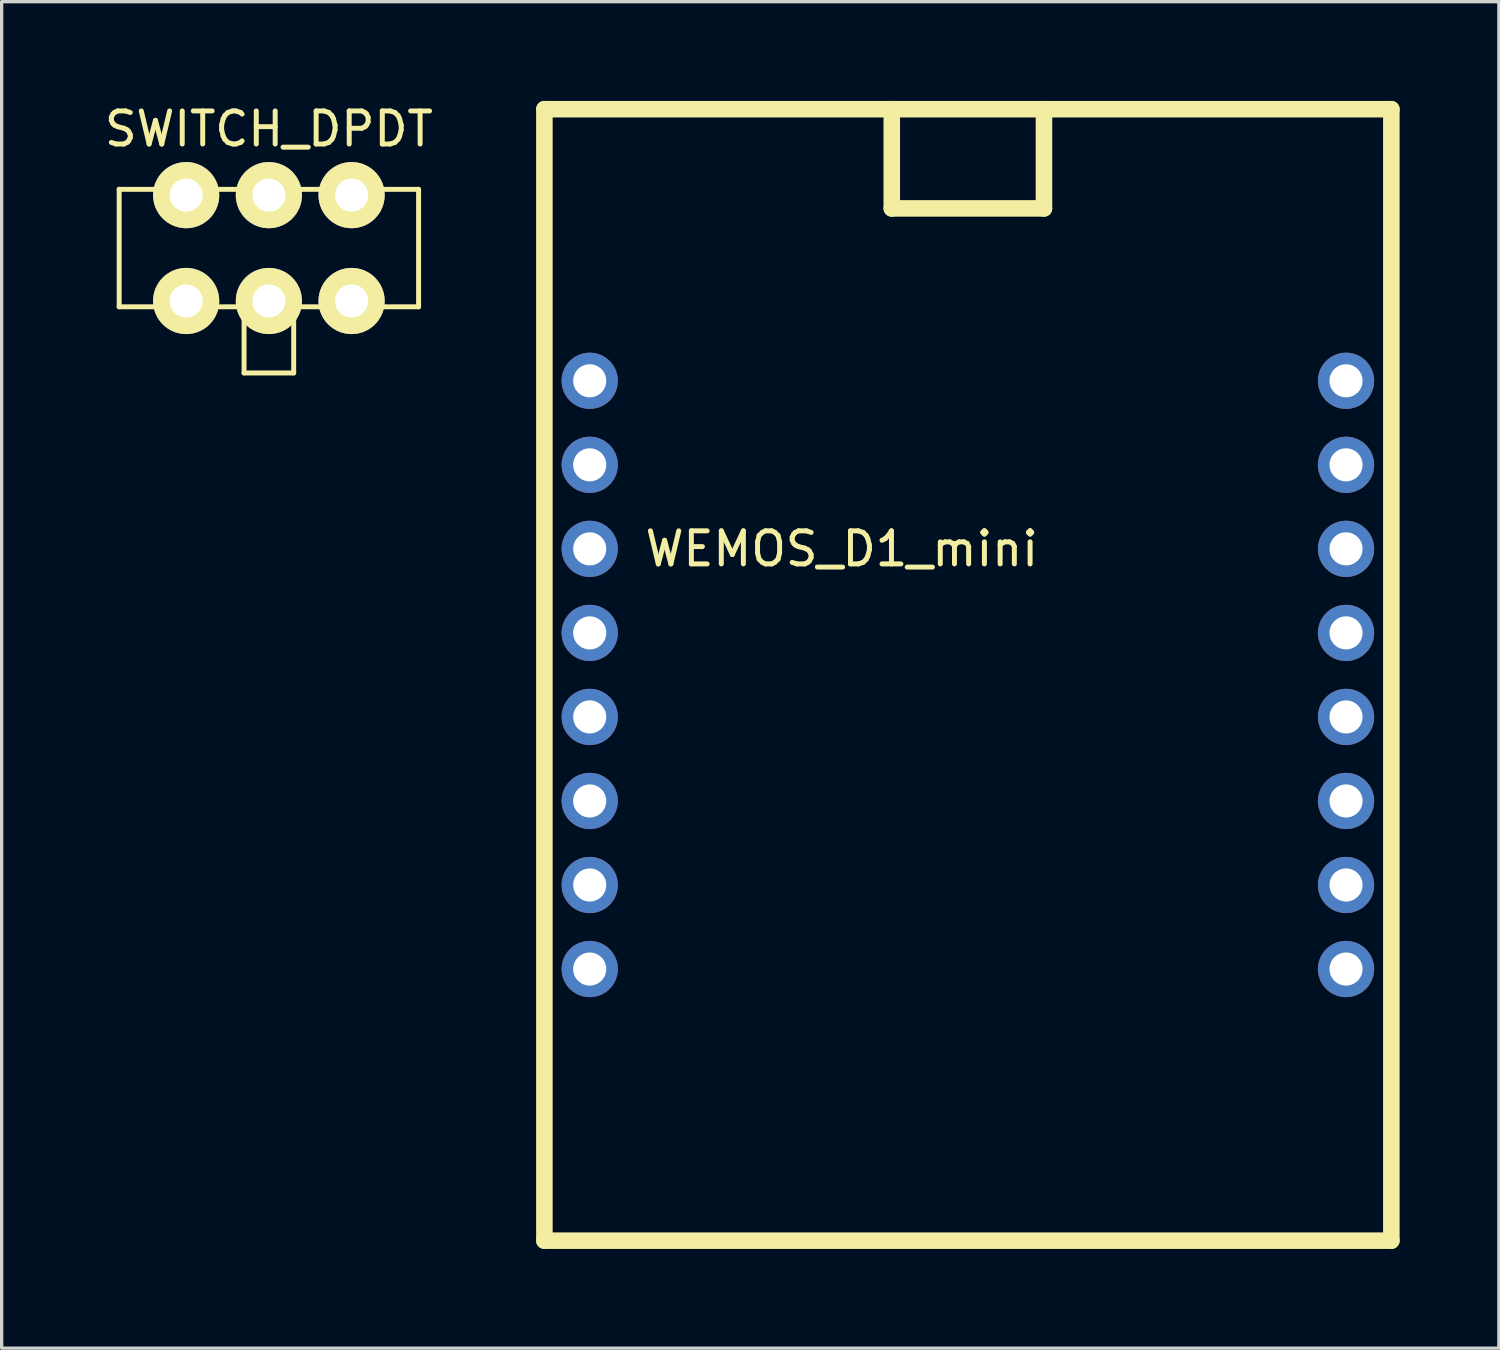
<source format=kicad_pcb>
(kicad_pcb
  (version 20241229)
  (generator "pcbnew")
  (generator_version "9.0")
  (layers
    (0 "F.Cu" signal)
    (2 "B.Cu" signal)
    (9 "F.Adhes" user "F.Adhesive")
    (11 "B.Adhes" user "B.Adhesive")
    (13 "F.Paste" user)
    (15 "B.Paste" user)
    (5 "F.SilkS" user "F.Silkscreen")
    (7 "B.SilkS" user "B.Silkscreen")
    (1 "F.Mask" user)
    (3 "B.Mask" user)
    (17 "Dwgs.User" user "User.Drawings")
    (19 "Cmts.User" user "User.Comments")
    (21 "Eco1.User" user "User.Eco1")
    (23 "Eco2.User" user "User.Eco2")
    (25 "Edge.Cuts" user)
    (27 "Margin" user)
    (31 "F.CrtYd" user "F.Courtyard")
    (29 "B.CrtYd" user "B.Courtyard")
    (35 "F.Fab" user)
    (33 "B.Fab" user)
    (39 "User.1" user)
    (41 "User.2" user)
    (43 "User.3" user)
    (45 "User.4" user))
  (footprint "WEMOS_D1_mini"
    (layer "F.Cu")
    (at 26.205 17.35)
    (property "Reference" "WEMOS_D1_mini" (at -3.81 -3.81 0) (layer "F.SilkS") (effects (font (size 1 1) (thickness 0.15))))
    (attr through_hole)
    (fp_line (start -12.8 -17.1) (end -12.8 17.1) (stroke (width 0.5) (type solid)) (layer "F.SilkS"))
    (fp_line (start -12.8 -17.1) (end 12.8 -17.1) (stroke (width 0.5) (type solid)) (layer "F.SilkS"))
    (fp_line (start -12.8 17.1) (end 12.8 17.1) (stroke (width 0.5) (type solid)) (layer "F.SilkS"))
    (fp_line (start -2.3 -17.1) (end -2.3 -14.1) (stroke (width 0.5) (type solid)) (layer "F.SilkS"))
    (fp_line (start -2.3 -14.1) (end 2.3 -14.1) (stroke (width 0.5) (type solid)) (layer "F.SilkS"))
    (fp_line (start 2.3 -14.1) (end 2.3 -17.1) (stroke (width 0.5) (type solid)) (layer "F.SilkS"))
    (fp_line (start 12.8 -17.1) (end 12.8 17.1) (stroke (width 0.5) (type solid)) (layer "F.SilkS"))
    (pad "1" thru_hole circle (at -11.43 -8.89) (size 1.7 1.7) (drill 1) (layers "*.Cu" "*.Mask"))
    (pad "2" thru_hole circle (at -11.43 -6.35) (size 1.7 1.7) (drill 1) (layers "*.Cu" "*.Mask"))
    (pad "3" thru_hole circle (at -11.43 -3.81) (size 1.7 1.7) (drill 1) (layers "*.Cu" "*.Mask"))
    (pad "4" thru_hole circle (at -11.43 -1.27) (size 1.7 1.7) (drill 1) (layers "*.Cu" "*.Mask"))
    (pad "5" thru_hole circle (at -11.43 1.27) (size 1.7 1.7) (drill 1) (layers "*.Cu" "*.Mask"))
    (pad "6" thru_hole circle (at -11.43 3.81) (size 1.7 1.7) (drill 1) (layers "*.Cu" "*.Mask"))
    (pad "7" thru_hole circle (at -11.43 6.35) (size 1.7 1.7) (drill 1) (layers "*.Cu" "*.Mask"))
    (pad "8" thru_hole circle (at -11.43 8.89) (size 1.7 1.7) (drill 1) (layers "*.Cu" "*.Mask"))
    (pad "9" thru_hole circle (at 11.43 8.89) (size 1.7 1.7) (drill 1) (layers "*.Cu" "*.Mask"))
    (pad "10" thru_hole circle (at 11.43 6.35) (size 1.7 1.7) (drill 1) (layers "*.Cu" "*.Mask"))
    (pad "11" thru_hole circle (at 11.43 3.81) (size 1.7 1.7) (drill 1) (layers "*.Cu" "*.Mask"))
    (pad "12" thru_hole circle (at 11.43 1.27) (size 1.7 1.7) (drill 1) (layers "*.Cu" "*.Mask"))
    (pad "13" thru_hole circle (at 11.43 -1.27) (size 1.7 1.7) (drill 1) (layers "*.Cu" "*.Mask"))
    (pad "14" thru_hole circle (at 11.43 -3.81) (size 1.7 1.7) (drill 1) (layers "*.Cu" "*.Mask"))
    (pad "15" thru_hole circle (at 11.43 -6.35) (size 1.7 1.7) (drill 1) (layers "*.Cu" "*.Mask"))
    (pad "16" thru_hole circle (at 11.43 -8.89) (size 1.7 1.7) (drill 1) (layers "*.Cu" "*.Mask")))
  (footprint "SWITCH_DPDT"
    (layer "F.Cu")
    (at 5.077 2.848)
    (property "Reference" "SWITCH_DPDT" (at 0 -2 0) (layer "F.SilkS") (effects (font (size 1 1) (thickness 0.15))))
    (attr through_hole)
    (fp_line (start -4.525 -0.175) (end 4.525 -0.175) (stroke (width 0.15) (type solid)) (layer "F.SilkS"))
    (fp_line (start -4.525 3.375) (end -4.525 -0.175) (stroke (width 0.15) (type solid)) (layer "F.SilkS"))
    (fp_line (start -4.525 3.375) (end 4.525 3.375) (stroke (width 0.15) (type solid)) (layer "F.SilkS"))
    (fp_line (start -0.75 5.375) (end -0.75 3.375) (stroke (width 0.15) (type solid)) (layer "F.SilkS"))
    (fp_line (start -0.75 5.375) (end 0.75 5.375) (stroke (width 0.15) (type solid)) (layer "F.SilkS"))
    (fp_line (start 0.75 5.375) (end 0.75 3.375) (stroke (width 0.15) (type solid)) (layer "F.SilkS"))
    (fp_line (start 4.525 -0.175) (end 4.525 3.375) (stroke (width 0.15) (type solid)) (layer "F.SilkS"))
    (pad "1" thru_hole circle (at 0 0) (size 2 2) (drill 1) (layers "*.Cu" "*.Mask" "F.SilkS"))
    (pad "2" thru_hole circle (at -2.5 0) (size 2 2) (drill 1) (layers "*.Cu" "*.Mask" "F.SilkS"))
    (pad "3" thru_hole circle (at 2.5 0) (size 2 2) (drill 1) (layers "*.Cu" "*.Mask" "F.SilkS"))
    (pad "4" thru_hole circle (at 0 3.2) (size 2 2) (drill 1) (layers "*.Cu" "*.Mask" "F.SilkS"))
    (pad "5" thru_hole circle (at -2.5 3.2) (size 2 2) (drill 1) (layers "*.Cu" "*.Mask" "F.SilkS"))
    (pad "6" thru_hole circle (at 2.5 3.2) (size 2 2) (drill 1) (layers "*.Cu" "*.Mask" "F.SilkS")))
  (gr_rect
    (start -3 -3)
    (end 42.255 37.7)
    (stroke (width 0.1) (type default))
    (fill no)
    (layer "Edge.Cuts")))
</source>
